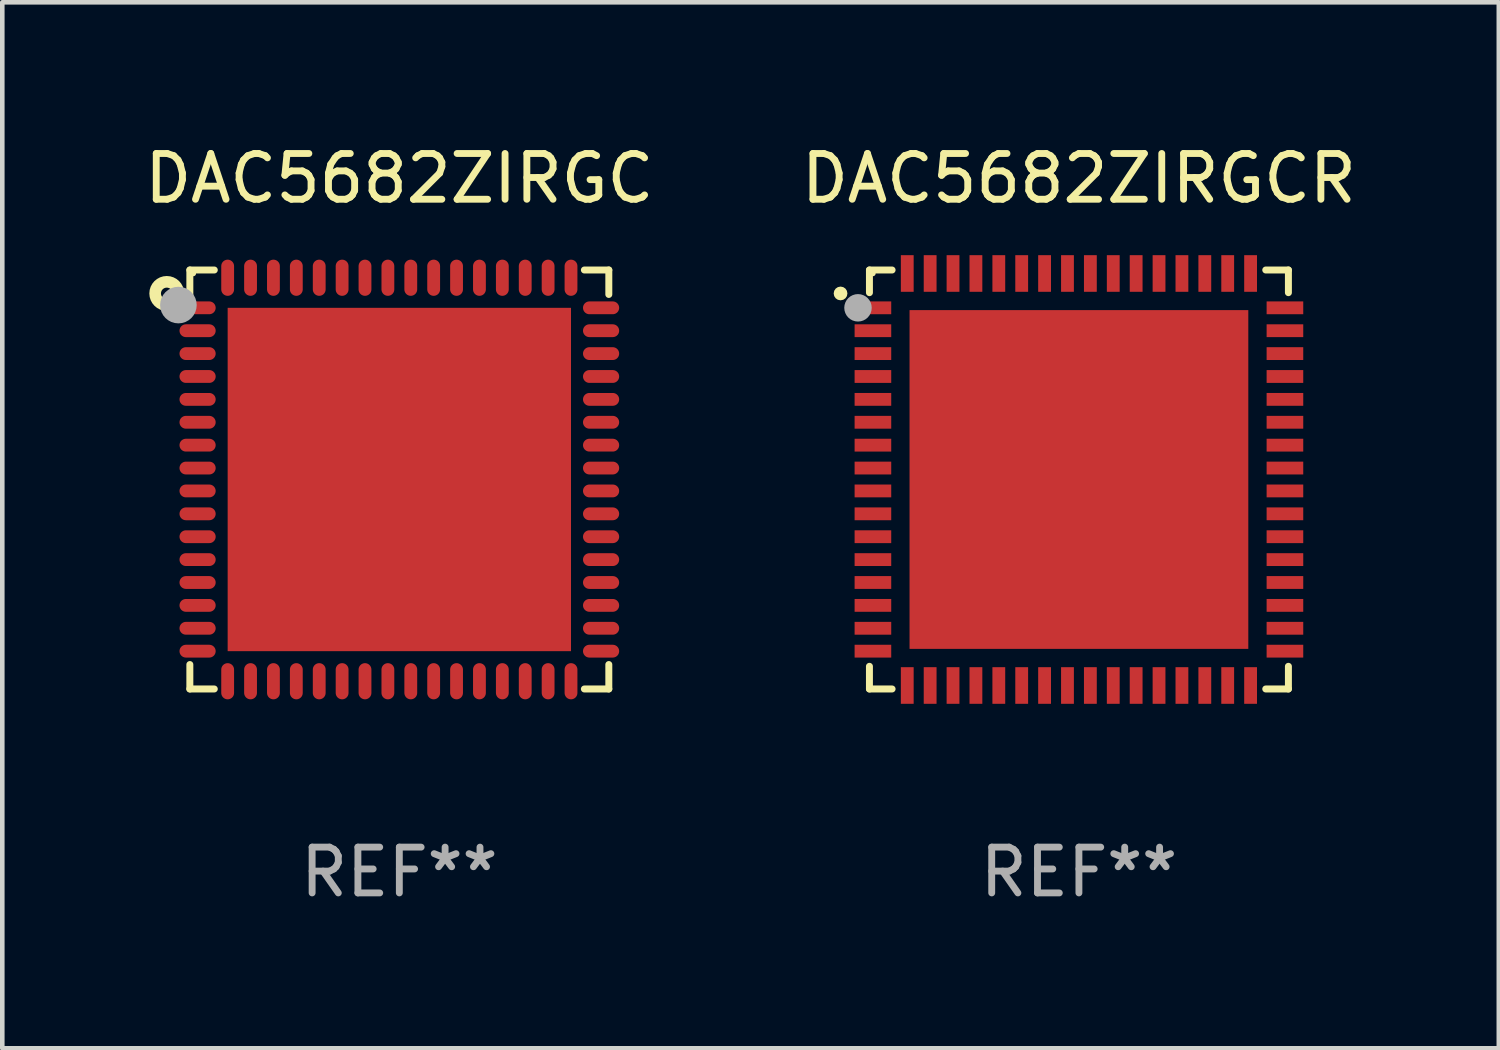
<source format=kicad_pcb>
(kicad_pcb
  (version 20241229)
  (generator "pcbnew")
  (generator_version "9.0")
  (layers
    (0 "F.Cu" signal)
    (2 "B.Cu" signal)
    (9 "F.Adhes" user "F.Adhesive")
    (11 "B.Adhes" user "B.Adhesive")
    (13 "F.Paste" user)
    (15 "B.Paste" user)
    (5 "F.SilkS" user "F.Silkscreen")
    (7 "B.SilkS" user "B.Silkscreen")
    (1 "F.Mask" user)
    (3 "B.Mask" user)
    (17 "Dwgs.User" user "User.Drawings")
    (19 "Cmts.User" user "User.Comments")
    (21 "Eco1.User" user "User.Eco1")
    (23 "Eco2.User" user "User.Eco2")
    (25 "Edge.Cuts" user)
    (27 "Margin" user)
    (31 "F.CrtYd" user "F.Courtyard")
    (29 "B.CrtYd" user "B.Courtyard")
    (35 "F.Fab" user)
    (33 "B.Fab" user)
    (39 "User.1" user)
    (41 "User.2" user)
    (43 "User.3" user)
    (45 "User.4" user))
  (footprint "DAC5682ZIRGCR"
    (layer "F.Cu")
    (at 20.518 7.424)
    (property "Reference" "DAC5682ZIRGCR" (at 0 -6.576 0) (layer "F.SilkS") (effects (font (size 1 1) (thickness 0.15))))
    (attr through_hole)
    (fp_line (start -4.576 -4.576) (end -4.576 -4.081) (stroke (width 0.152) (type solid)) (layer "F.SilkS"))
    (fp_line (start -4.576 4.576) (end -4.576 4.081) (stroke (width 0.152) (type solid)) (layer "F.SilkS"))
    (fp_line (start -4.081 -4.576) (end -4.576 -4.576) (stroke (width 0.152) (type solid)) (layer "F.SilkS"))
    (fp_line (start -4.081 4.576) (end -4.576 4.576) (stroke (width 0.152) (type solid)) (layer "F.SilkS"))
    (fp_line (start 4.081 -4.576) (end 4.576 -4.576) (stroke (width 0.152) (type solid)) (layer "F.SilkS"))
    (fp_line (start 4.081 4.576) (end 4.576 4.576) (stroke (width 0.152) (type solid)) (layer "F.SilkS"))
    (fp_line (start 4.576 -4.576) (end 4.576 -4.081) (stroke (width 0.152) (type solid)) (layer "F.SilkS"))
    (fp_line (start 4.576 4.576) (end 4.576 4.081) (stroke (width 0.152) (type solid)) (layer "F.SilkS"))
    (fp_circle (center -5.207 -4.064) (end -5.132 -4.064) (stroke (width 0.15) (type solid)) (fill no) (layer "F.SilkS"))
    (fp_circle (center -4.5 -4.5) (end -4.47 -4.5) (stroke (width 0.06) (type solid)) (fill no) (layer "F.SilkS"))
    (fp_circle (center -4.826 -3.75) (end -4.676 -3.75) (stroke (width 0.3) (type solid)) (fill no) (layer "F.Fab"))
    (fp_text user "REF**" (at 0 8.576 0) (layer "F.Fab") (effects (font (size 1 1) (thickness 0.15))))
    (pad "1" smd rect (at -4.5 -3.75) (size 0.8 0.28) (layers "F.Cu" "F.Mask" "F.Paste"))
    (pad "2" smd rect (at -4.5 -3.25) (size 0.8 0.28) (layers "F.Cu" "F.Mask" "F.Paste"))
    (pad "3" smd rect (at -4.5 -2.75) (size 0.8 0.28) (layers "F.Cu" "F.Mask" "F.Paste"))
    (pad "4" smd rect (at -4.5 -2.25) (size 0.8 0.28) (layers "F.Cu" "F.Mask" "F.Paste"))
    (pad "5" smd rect (at -4.5 -1.75) (size 0.8 0.28) (layers "F.Cu" "F.Mask" "F.Paste"))
    (pad "6" smd rect (at -4.5 -1.25) (size 0.8 0.28) (layers "F.Cu" "F.Mask" "F.Paste"))
    (pad "7" smd rect (at -4.5 -0.75) (size 0.8 0.28) (layers "F.Cu" "F.Mask" "F.Paste"))
    (pad "8" smd rect (at -4.5 -0.25) (size 0.8 0.28) (layers "F.Cu" "F.Mask" "F.Paste"))
    (pad "9" smd rect (at -4.5 0.25) (size 0.8 0.28) (layers "F.Cu" "F.Mask" "F.Paste"))
    (pad "10" smd rect (at -4.5 0.75) (size 0.8 0.28) (layers "F.Cu" "F.Mask" "F.Paste"))
    (pad "11" smd rect (at -4.5 1.25) (size 0.8 0.28) (layers "F.Cu" "F.Mask" "F.Paste"))
    (pad "12" smd rect (at -4.5 1.75) (size 0.8 0.28) (layers "F.Cu" "F.Mask" "F.Paste"))
    (pad "13" smd rect (at -4.5 2.25) (size 0.8 0.28) (layers "F.Cu" "F.Mask" "F.Paste"))
    (pad "14" smd rect (at -4.5 2.75) (size 0.8 0.28) (layers "F.Cu" "F.Mask" "F.Paste"))
    (pad "15" smd rect (at -4.5 3.25) (size 0.8 0.28) (layers "F.Cu" "F.Mask" "F.Paste"))
    (pad "16" smd rect (at -4.5 3.75) (size 0.8 0.28) (layers "F.Cu" "F.Mask" "F.Paste"))
    (pad "17" smd rect (at -3.75 4.5) (size 0.28 0.8) (layers "F.Cu" "F.Mask" "F.Paste"))
    (pad "18" smd rect (at -3.25 4.5) (size 0.28 0.8) (layers "F.Cu" "F.Mask" "F.Paste"))
    (pad "19" smd rect (at -2.75 4.5) (size 0.28 0.8) (layers "F.Cu" "F.Mask" "F.Paste"))
    (pad "20" smd rect (at -2.25 4.5) (size 0.28 0.8) (layers "F.Cu" "F.Mask" "F.Paste"))
    (pad "21" smd rect (at -1.75 4.5) (size 0.28 0.8) (layers "F.Cu" "F.Mask" "F.Paste"))
    (pad "22" smd rect (at -1.25 4.5) (size 0.28 0.8) (layers "F.Cu" "F.Mask" "F.Paste"))
    (pad "23" smd rect (at -0.75 4.5) (size 0.28 0.8) (layers "F.Cu" "F.Mask" "F.Paste"))
    (pad "24" smd rect (at -0.25 4.5) (size 0.28 0.8) (layers "F.Cu" "F.Mask" "F.Paste"))
    (pad "25" smd rect (at 0.25 4.5) (size 0.28 0.8) (layers "F.Cu" "F.Mask" "F.Paste"))
    (pad "26" smd rect (at 0.75 4.5) (size 0.28 0.8) (layers "F.Cu" "F.Mask" "F.Paste"))
    (pad "27" smd rect (at 1.25 4.5) (size 0.28 0.8) (layers "F.Cu" "F.Mask" "F.Paste"))
    (pad "28" smd rect (at 1.75 4.5) (size 0.28 0.8) (layers "F.Cu" "F.Mask" "F.Paste"))
    (pad "29" smd rect (at 2.25 4.5) (size 0.28 0.8) (layers "F.Cu" "F.Mask" "F.Paste"))
    (pad "30" smd rect (at 2.75 4.5) (size 0.28 0.8) (layers "F.Cu" "F.Mask" "F.Paste"))
    (pad "31" smd rect (at 3.25 4.5) (size 0.28 0.8) (layers "F.Cu" "F.Mask" "F.Paste"))
    (pad "32" smd rect (at 3.75 4.5) (size 0.28 0.8) (layers "F.Cu" "F.Mask" "F.Paste"))
    (pad "33" smd rect (at 4.5 3.75) (size 0.8 0.28) (layers "F.Cu" "F.Mask" "F.Paste"))
    (pad "34" smd rect (at 4.5 3.25) (size 0.8 0.28) (layers "F.Cu" "F.Mask" "F.Paste"))
    (pad "35" smd rect (at 4.5 2.75) (size 0.8 0.28) (layers "F.Cu" "F.Mask" "F.Paste"))
    (pad "36" smd rect (at 4.5 2.25) (size 0.8 0.28) (layers "F.Cu" "F.Mask" "F.Paste"))
    (pad "37" smd rect (at 4.5 1.75) (size 0.8 0.28) (layers "F.Cu" "F.Mask" "F.Paste"))
    (pad "38" smd rect (at 4.5 1.25) (size 0.8 0.28) (layers "F.Cu" "F.Mask" "F.Paste"))
    (pad "39" smd rect (at 4.5 0.75) (size 0.8 0.28) (layers "F.Cu" "F.Mask" "F.Paste"))
    (pad "40" smd rect (at 4.5 0.25) (size 0.8 0.28) (layers "F.Cu" "F.Mask" "F.Paste"))
    (pad "41" smd rect (at 4.5 -0.25) (size 0.8 0.28) (layers "F.Cu" "F.Mask" "F.Paste"))
    (pad "42" smd rect (at 4.5 -0.75) (size 0.8 0.28) (layers "F.Cu" "F.Mask" "F.Paste"))
    (pad "43" smd rect (at 4.5 -1.25) (size 0.8 0.28) (layers "F.Cu" "F.Mask" "F.Paste"))
    (pad "44" smd rect (at 4.5 -1.75) (size 0.8 0.28) (layers "F.Cu" "F.Mask" "F.Paste"))
    (pad "45" smd rect (at 4.5 -2.25) (size 0.8 0.28) (layers "F.Cu" "F.Mask" "F.Paste"))
    (pad "46" smd rect (at 4.5 -2.75) (size 0.8 0.28) (layers "F.Cu" "F.Mask" "F.Paste"))
    (pad "47" smd rect (at 4.5 -3.25) (size 0.8 0.28) (layers "F.Cu" "F.Mask" "F.Paste"))
    (pad "48" smd rect (at 4.5 -3.75) (size 0.8 0.28) (layers "F.Cu" "F.Mask" "F.Paste"))
    (pad "49" smd rect (at 3.75 -4.5) (size 0.28 0.8) (layers "F.Cu" "F.Mask" "F.Paste"))
    (pad "50" smd rect (at 3.25 -4.5) (size 0.28 0.8) (layers "F.Cu" "F.Mask" "F.Paste"))
    (pad "51" smd rect (at 2.75 -4.5) (size 0.28 0.8) (layers "F.Cu" "F.Mask" "F.Paste"))
    (pad "52" smd rect (at 2.25 -4.5) (size 0.28 0.8) (layers "F.Cu" "F.Mask" "F.Paste"))
    (pad "53" smd rect (at 1.75 -4.5) (size 0.28 0.8) (layers "F.Cu" "F.Mask" "F.Paste"))
    (pad "54" smd rect (at 1.25 -4.5) (size 0.28 0.8) (layers "F.Cu" "F.Mask" "F.Paste"))
    (pad "55" smd rect (at 0.75 -4.5) (size 0.28 0.8) (layers "F.Cu" "F.Mask" "F.Paste"))
    (pad "56" smd rect (at 0.25 -4.5) (size 0.28 0.8) (layers "F.Cu" "F.Mask" "F.Paste"))
    (pad "57" smd rect (at -0.25 -4.5) (size 0.28 0.8) (layers "F.Cu" "F.Mask" "F.Paste"))
    (pad "58" smd rect (at -0.75 -4.5) (size 0.28 0.8) (layers "F.Cu" "F.Mask" "F.Paste"))
    (pad "59" smd rect (at -1.25 -4.5) (size 0.28 0.8) (layers "F.Cu" "F.Mask" "F.Paste"))
    (pad "60" smd rect (at -1.75 -4.5) (size 0.28 0.8) (layers "F.Cu" "F.Mask" "F.Paste"))
    (pad "61" smd rect (at -2.25 -4.5) (size 0.28 0.8) (layers "F.Cu" "F.Mask" "F.Paste"))
    (pad "62" smd rect (at -2.75 -4.5) (size 0.28 0.8) (layers "F.Cu" "F.Mask" "F.Paste"))
    (pad "63" smd rect (at -3.25 -4.5) (size 0.28 0.8) (layers "F.Cu" "F.Mask" "F.Paste"))
    (pad "64" smd rect (at -3.75 -4.5) (size 0.28 0.8) (layers "F.Cu" "F.Mask" "F.Paste"))
    (pad "65" smd rect (at 0 0) (size 7.4 7.4) (layers "F.Cu" "F.Mask" "F.Paste")))
  (footprint "DAC5682ZIRGC"
    (layer "F.Cu")
    (at 5.673 7.424)
    (property "Reference" "DAC5682ZIRGC" (at 0 -6.576 0) (layer "F.SilkS") (effects (font (size 1 1) (thickness 0.15))))
    (attr through_hole)
    (fp_line (start -4.576 -4.576) (end -4.042 -4.576) (stroke (width 0.152) (type solid)) (layer "F.SilkS"))
    (fp_line (start -4.576 -4.042) (end -4.576 -4.576) (stroke (width 0.152) (type solid)) (layer "F.SilkS"))
    (fp_line (start -4.576 4.042) (end -4.576 4.576) (stroke (width 0.152) (type solid)) (layer "F.SilkS"))
    (fp_line (start -4.576 4.576) (end -4.042 4.576) (stroke (width 0.152) (type solid)) (layer "F.SilkS"))
    (fp_line (start 4.576 -4.576) (end 4.042 -4.576) (stroke (width 0.152) (type solid)) (layer "F.SilkS"))
    (fp_line (start 4.576 -4.042) (end 4.576 -4.576) (stroke (width 0.152) (type solid)) (layer "F.SilkS"))
    (fp_line (start 4.576 4.042) (end 4.576 4.576) (stroke (width 0.152) (type solid)) (layer "F.SilkS"))
    (fp_line (start 4.576 4.576) (end 4.042 4.576) (stroke (width 0.152) (type solid)) (layer "F.SilkS"))
    (fp_circle (center -5.08 -4.064) (end -4.826 -4.064) (stroke (width 0.254) (type solid)) (fill no) (layer "F.SilkS"))
    (fp_circle (center -4.5 -4.5) (end -4.47 -4.5) (stroke (width 0.06) (type solid)) (fill no) (layer "F.SilkS"))
    (fp_circle (center -4.826 -3.81) (end -4.626 -3.81) (stroke (width 0.4) (type solid)) (fill no) (layer "F.Fab"))
    (fp_text user "REF**" (at 0 8.576 0) (layer "F.Fab") (effects (font (size 1 1) (thickness 0.15))))
    (pad "1" smd oval (at -4.407 -3.75) (size 0.79 0.28) (layers "F.Cu" "F.Mask" "F.Paste"))
    (pad "2" smd oval (at -4.407 -3.25) (size 0.79 0.28) (layers "F.Cu" "F.Mask" "F.Paste"))
    (pad "3" smd oval (at -4.407 -2.75) (size 0.79 0.28) (layers "F.Cu" "F.Mask" "F.Paste"))
    (pad "4" smd oval (at -4.407 -2.25) (size 0.79 0.28) (layers "F.Cu" "F.Mask" "F.Paste"))
    (pad "5" smd oval (at -4.407 -1.75) (size 0.79 0.28) (layers "F.Cu" "F.Mask" "F.Paste"))
    (pad "6" smd oval (at -4.407 -1.25) (size 0.79 0.28) (layers "F.Cu" "F.Mask" "F.Paste"))
    (pad "7" smd oval (at -4.407 -0.75) (size 0.79 0.28) (layers "F.Cu" "F.Mask" "F.Paste"))
    (pad "8" smd oval (at -4.407 -0.25) (size 0.79 0.28) (layers "F.Cu" "F.Mask" "F.Paste"))
    (pad "9" smd oval (at -4.407 0.25) (size 0.79 0.28) (layers "F.Cu" "F.Mask" "F.Paste"))
    (pad "10" smd oval (at -4.407 0.75) (size 0.79 0.28) (layers "F.Cu" "F.Mask" "F.Paste"))
    (pad "11" smd oval (at -4.407 1.25) (size 0.79 0.28) (layers "F.Cu" "F.Mask" "F.Paste"))
    (pad "12" smd oval (at -4.407 1.75) (size 0.79 0.28) (layers "F.Cu" "F.Mask" "F.Paste"))
    (pad "13" smd oval (at -4.407 2.25) (size 0.79 0.28) (layers "F.Cu" "F.Mask" "F.Paste"))
    (pad "14" smd oval (at -4.407 2.75) (size 0.79 0.28) (layers "F.Cu" "F.Mask" "F.Paste"))
    (pad "15" smd oval (at -4.407 3.25) (size 0.79 0.28) (layers "F.Cu" "F.Mask" "F.Paste"))
    (pad "16" smd oval (at -4.407 3.75) (size 0.79 0.28) (layers "F.Cu" "F.Mask" "F.Paste"))
    (pad "17" smd oval (at -3.75 4.407) (size 0.28 0.79) (layers "F.Cu" "F.Mask" "F.Paste"))
    (pad "18" smd oval (at -3.25 4.407) (size 0.28 0.79) (layers "F.Cu" "F.Mask" "F.Paste"))
    (pad "19" smd oval (at -2.75 4.407) (size 0.28 0.79) (layers "F.Cu" "F.Mask" "F.Paste"))
    (pad "20" smd oval (at -2.25 4.407) (size 0.28 0.79) (layers "F.Cu" "F.Mask" "F.Paste"))
    (pad "21" smd oval (at -1.75 4.407) (size 0.28 0.79) (layers "F.Cu" "F.Mask" "F.Paste"))
    (pad "22" smd oval (at -1.25 4.407) (size 0.28 0.79) (layers "F.Cu" "F.Mask" "F.Paste"))
    (pad "23" smd oval (at -0.75 4.407) (size 0.28 0.79) (layers "F.Cu" "F.Mask" "F.Paste"))
    (pad "24" smd oval (at -0.25 4.407) (size 0.28 0.79) (layers "F.Cu" "F.Mask" "F.Paste"))
    (pad "25" smd oval (at 0.25 4.407) (size 0.28 0.79) (layers "F.Cu" "F.Mask" "F.Paste"))
    (pad "26" smd oval (at 0.75 4.407) (size 0.28 0.79) (layers "F.Cu" "F.Mask" "F.Paste"))
    (pad "27" smd oval (at 1.25 4.407) (size 0.28 0.79) (layers "F.Cu" "F.Mask" "F.Paste"))
    (pad "28" smd oval (at 1.75 4.407) (size 0.28 0.79) (layers "F.Cu" "F.Mask" "F.Paste"))
    (pad "29" smd oval (at 2.25 4.407) (size 0.28 0.79) (layers "F.Cu" "F.Mask" "F.Paste"))
    (pad "30" smd oval (at 2.75 4.407) (size 0.28 0.79) (layers "F.Cu" "F.Mask" "F.Paste"))
    (pad "31" smd oval (at 3.25 4.407) (size 0.28 0.79) (layers "F.Cu" "F.Mask" "F.Paste"))
    (pad "32" smd oval (at 3.75 4.407) (size 0.28 0.79) (layers "F.Cu" "F.Mask" "F.Paste"))
    (pad "33" smd oval (at 4.407 3.75) (size 0.79 0.28) (layers "F.Cu" "F.Mask" "F.Paste"))
    (pad "34" smd oval (at 4.407 3.25) (size 0.79 0.28) (layers "F.Cu" "F.Mask" "F.Paste"))
    (pad "35" smd oval (at 4.407 2.75) (size 0.79 0.28) (layers "F.Cu" "F.Mask" "F.Paste"))
    (pad "36" smd oval (at 4.407 2.25) (size 0.79 0.28) (layers "F.Cu" "F.Mask" "F.Paste"))
    (pad "37" smd oval (at 4.407 1.75) (size 0.79 0.28) (layers "F.Cu" "F.Mask" "F.Paste"))
    (pad "38" smd oval (at 4.407 1.25) (size 0.79 0.28) (layers "F.Cu" "F.Mask" "F.Paste"))
    (pad "39" smd oval (at 4.407 0.75) (size 0.79 0.28) (layers "F.Cu" "F.Mask" "F.Paste"))
    (pad "40" smd oval (at 4.407 0.25) (size 0.79 0.28) (layers "F.Cu" "F.Mask" "F.Paste"))
    (pad "41" smd oval (at 4.407 -0.25) (size 0.79 0.28) (layers "F.Cu" "F.Mask" "F.Paste"))
    (pad "42" smd oval (at 4.407 -0.75) (size 0.79 0.28) (layers "F.Cu" "F.Mask" "F.Paste"))
    (pad "43" smd oval (at 4.407 -1.25) (size 0.79 0.28) (layers "F.Cu" "F.Mask" "F.Paste"))
    (pad "44" smd oval (at 4.407 -1.75) (size 0.79 0.28) (layers "F.Cu" "F.Mask" "F.Paste"))
    (pad "45" smd oval (at 4.407 -2.25) (size 0.79 0.28) (layers "F.Cu" "F.Mask" "F.Paste"))
    (pad "46" smd oval (at 4.407 -2.75) (size 0.79 0.28) (layers "F.Cu" "F.Mask" "F.Paste"))
    (pad "47" smd oval (at 4.407 -3.25) (size 0.79 0.28) (layers "F.Cu" "F.Mask" "F.Paste"))
    (pad "48" smd oval (at 4.407 -3.75) (size 0.79 0.28) (layers "F.Cu" "F.Mask" "F.Paste"))
    (pad "49" smd oval (at 3.75 -4.407) (size 0.28 0.79) (layers "F.Cu" "F.Mask" "F.Paste"))
    (pad "50" smd oval (at 3.25 -4.407) (size 0.28 0.79) (layers "F.Cu" "F.Mask" "F.Paste"))
    (pad "51" smd oval (at 2.75 -4.407) (size 0.28 0.79) (layers "F.Cu" "F.Mask" "F.Paste"))
    (pad "52" smd oval (at 2.25 -4.407) (size 0.28 0.79) (layers "F.Cu" "F.Mask" "F.Paste"))
    (pad "53" smd oval (at 1.75 -4.407) (size 0.28 0.79) (layers "F.Cu" "F.Mask" "F.Paste"))
    (pad "54" smd oval (at 1.25 -4.407) (size 0.28 0.79) (layers "F.Cu" "F.Mask" "F.Paste"))
    (pad "55" smd oval (at 0.75 -4.407) (size 0.28 0.79) (layers "F.Cu" "F.Mask" "F.Paste"))
    (pad "56" smd oval (at 0.25 -4.407) (size 0.28 0.79) (layers "F.Cu" "F.Mask" "F.Paste"))
    (pad "57" smd oval (at -0.25 -4.407) (size 0.28 0.79) (layers "F.Cu" "F.Mask" "F.Paste"))
    (pad "58" smd oval (at -0.75 -4.407) (size 0.28 0.79) (layers "F.Cu" "F.Mask" "F.Paste"))
    (pad "59" smd oval (at -1.25 -4.407) (size 0.28 0.79) (layers "F.Cu" "F.Mask" "F.Paste"))
    (pad "60" smd oval (at -1.75 -4.407) (size 0.28 0.79) (layers "F.Cu" "F.Mask" "F.Paste"))
    (pad "61" smd oval (at -2.25 -4.407) (size 0.28 0.79) (layers "F.Cu" "F.Mask" "F.Paste"))
    (pad "62" smd oval (at -2.75 -4.407) (size 0.28 0.79) (layers "F.Cu" "F.Mask" "F.Paste"))
    (pad "63" smd oval (at -3.25 -4.407) (size 0.28 0.79) (layers "F.Cu" "F.Mask" "F.Paste"))
    (pad "64" smd oval (at -3.75 -4.407) (size 0.28 0.79) (layers "F.Cu" "F.Mask" "F.Paste"))
    (pad "65" smd rect (at 0 0) (size 7.5 7.5) (layers "F.Cu" "F.Mask" "F.Paste")))
  (gr_rect
    (start -3 -3)
    (end 29.69 19.849)
    (stroke (width 0.1) (type default))
    (fill no)
    (layer "Edge.Cuts")))
</source>
